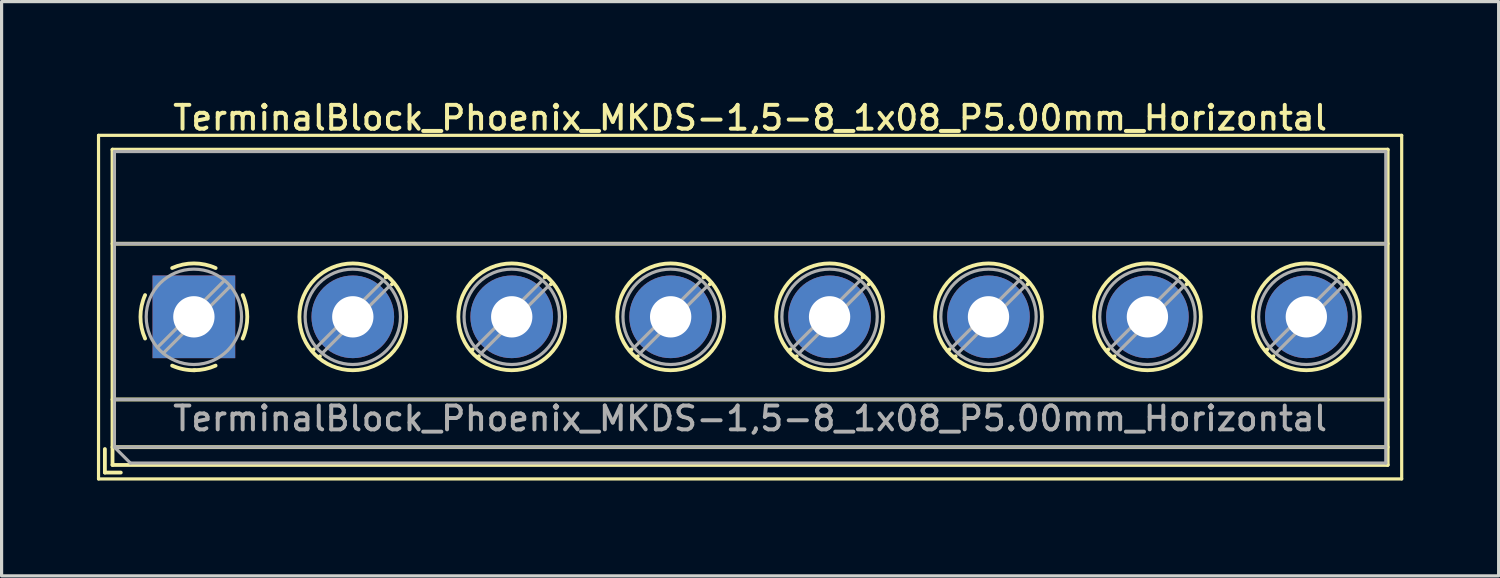
<source format=kicad_pcb>
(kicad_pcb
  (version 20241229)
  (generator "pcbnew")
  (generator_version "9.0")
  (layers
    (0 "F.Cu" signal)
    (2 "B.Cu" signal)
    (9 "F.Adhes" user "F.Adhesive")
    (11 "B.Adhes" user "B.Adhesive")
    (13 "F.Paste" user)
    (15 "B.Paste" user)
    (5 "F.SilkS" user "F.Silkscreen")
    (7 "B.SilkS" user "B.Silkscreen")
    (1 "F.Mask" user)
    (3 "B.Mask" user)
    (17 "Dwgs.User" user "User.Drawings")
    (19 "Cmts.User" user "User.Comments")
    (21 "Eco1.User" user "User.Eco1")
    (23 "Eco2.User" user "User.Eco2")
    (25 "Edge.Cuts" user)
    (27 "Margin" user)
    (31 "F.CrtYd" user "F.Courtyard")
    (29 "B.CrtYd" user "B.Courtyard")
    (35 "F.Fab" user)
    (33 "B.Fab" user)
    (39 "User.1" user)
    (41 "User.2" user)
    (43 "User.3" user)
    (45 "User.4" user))
  (footprint "TerminalBlock_Phoenix_MKDS-1,5-8_1x08_P5.00mm_Horizontal"
    (layer "F.Cu")
    (at 3.05 6.918)
    (property "Reference" "TerminalBlock_Phoenix_MKDS-1,5-8_1x08_P5.00mm_Horizontal" (at 17.5 -6.26 0) (layer "F.SilkS") (effects (font (size 0.75 0.75) (thickness 0.125))))
    (attr through_hole)
    (fp_line (start -3 -5.71) (end -3 5.1) (stroke (width 0.1) (type solid)) (layer "F.SilkS"))
    (fp_line (start -3 5.1) (end 38 5.1) (stroke (width 0.1) (type solid)) (layer "F.SilkS"))
    (fp_line (start -2.8 4.16) (end -2.8 4.9) (stroke (width 0.12) (type solid)) (layer "F.SilkS"))
    (fp_line (start -2.8 4.9) (end -2.3 4.9) (stroke (width 0.12) (type solid)) (layer "F.SilkS"))
    (fp_line (start -2.56 -5.261) (end -2.56 4.66) (stroke (width 0.12) (type solid)) (layer "F.SilkS"))
    (fp_line (start -2.56 -5.261) (end 37.56 -5.261) (stroke (width 0.12) (type solid)) (layer "F.SilkS"))
    (fp_line (start -2.56 -2.301) (end 37.56 -2.301) (stroke (width 0.12) (type solid)) (layer "F.SilkS"))
    (fp_line (start -2.56 2.6) (end 37.56 2.6) (stroke (width 0.12) (type solid)) (layer "F.SilkS"))
    (fp_line (start -2.56 4.1) (end 37.56 4.1) (stroke (width 0.12) (type solid)) (layer "F.SilkS"))
    (fp_line (start -2.56 4.66) (end 37.56 4.66) (stroke (width 0.12) (type solid)) (layer "F.SilkS"))
    (fp_line (start 3.773 1.023) (end 3.726 1.069) (stroke (width 0.12) (type solid)) (layer "F.SilkS"))
    (fp_line (start 3.966 1.239) (end 3.931 1.274) (stroke (width 0.12) (type solid)) (layer "F.SilkS"))
    (fp_line (start 6.07 -1.275) (end 6.035 -1.239) (stroke (width 0.12) (type solid)) (layer "F.SilkS"))
    (fp_line (start 6.275 -1.069) (end 6.228 -1.023) (stroke (width 0.12) (type solid)) (layer "F.SilkS"))
    (fp_line (start 8.773 1.023) (end 8.726 1.069) (stroke (width 0.12) (type solid)) (layer "F.SilkS"))
    (fp_line (start 8.966 1.239) (end 8.931 1.274) (stroke (width 0.12) (type solid)) (layer "F.SilkS"))
    (fp_line (start 11.07 -1.275) (end 11.035 -1.239) (stroke (width 0.12) (type solid)) (layer "F.SilkS"))
    (fp_line (start 11.275 -1.069) (end 11.228 -1.023) (stroke (width 0.12) (type solid)) (layer "F.SilkS"))
    (fp_line (start 13.773 1.023) (end 13.726 1.069) (stroke (width 0.12) (type solid)) (layer "F.SilkS"))
    (fp_line (start 13.966 1.239) (end 13.931 1.274) (stroke (width 0.12) (type solid)) (layer "F.SilkS"))
    (fp_line (start 16.07 -1.275) (end 16.035 -1.239) (stroke (width 0.12) (type solid)) (layer "F.SilkS"))
    (fp_line (start 16.275 -1.069) (end 16.228 -1.023) (stroke (width 0.12) (type solid)) (layer "F.SilkS"))
    (fp_line (start 18.773 1.023) (end 18.726 1.069) (stroke (width 0.12) (type solid)) (layer "F.SilkS"))
    (fp_line (start 18.966 1.239) (end 18.931 1.274) (stroke (width 0.12) (type solid)) (layer "F.SilkS"))
    (fp_line (start 21.07 -1.275) (end 21.035 -1.239) (stroke (width 0.12) (type solid)) (layer "F.SilkS"))
    (fp_line (start 21.275 -1.069) (end 21.228 -1.023) (stroke (width 0.12) (type solid)) (layer "F.SilkS"))
    (fp_line (start 23.773 1.023) (end 23.726 1.069) (stroke (width 0.12) (type solid)) (layer "F.SilkS"))
    (fp_line (start 23.966 1.239) (end 23.931 1.274) (stroke (width 0.12) (type solid)) (layer "F.SilkS"))
    (fp_line (start 26.07 -1.275) (end 26.035 -1.239) (stroke (width 0.12) (type solid)) (layer "F.SilkS"))
    (fp_line (start 26.275 -1.069) (end 26.228 -1.023) (stroke (width 0.12) (type solid)) (layer "F.SilkS"))
    (fp_line (start 28.773 1.023) (end 28.726 1.069) (stroke (width 0.12) (type solid)) (layer "F.SilkS"))
    (fp_line (start 28.966 1.239) (end 28.931 1.274) (stroke (width 0.12) (type solid)) (layer "F.SilkS"))
    (fp_line (start 31.07 -1.275) (end 31.035 -1.239) (stroke (width 0.12) (type solid)) (layer "F.SilkS"))
    (fp_line (start 31.275 -1.069) (end 31.228 -1.023) (stroke (width 0.12) (type solid)) (layer "F.SilkS"))
    (fp_line (start 33.773 1.023) (end 33.726 1.069) (stroke (width 0.12) (type solid)) (layer "F.SilkS"))
    (fp_line (start 33.966 1.239) (end 33.931 1.274) (stroke (width 0.12) (type solid)) (layer "F.SilkS"))
    (fp_line (start 36.07 -1.275) (end 36.035 -1.239) (stroke (width 0.12) (type solid)) (layer "F.SilkS"))
    (fp_line (start 36.275 -1.069) (end 36.228 -1.023) (stroke (width 0.12) (type solid)) (layer "F.SilkS"))
    (fp_line (start 37.56 -5.261) (end 37.56 4.66) (stroke (width 0.12) (type solid)) (layer "F.SilkS"))
    (fp_line (start 38 -5.71) (end -3 -5.71) (stroke (width 0.1) (type solid)) (layer "F.SilkS"))
    (fp_line (start 38 5.1) (end 38 -5.71) (stroke (width 0.1) (type solid)) (layer "F.SilkS"))
    (fp_arc (start -1.535427 0.683042) (mid -1.680501 -0.000524) (end -1.535 -0.684) (stroke (width 0.12) (type solid)) (layer "F.SilkS"))
    (fp_arc (start -0.683042 -1.535427) (mid 0.000524 -1.680501) (end 0.684 -1.535) (stroke (width 0.12) (type solid)) (layer "F.SilkS"))
    (fp_arc (start 0.028805 1.680253) (mid -0.335551 1.646659) (end -0.684 1.535) (stroke (width 0.12) (type solid)) (layer "F.SilkS"))
    (fp_arc (start 0.683318 1.534756) (mid 0.349292 1.643288) (end 0 1.68) (stroke (width 0.12) (type solid)) (layer "F.SilkS"))
    (fp_arc (start 1.535427 -0.683042) (mid 1.680501 0.000524) (end 1.535 0.684) (stroke (width 0.12) (type solid)) (layer "F.SilkS"))
    (fp_circle (center 5 0) (end 6.68 0) (stroke (width 0.12) (type solid)) (fill no) (layer "F.SilkS"))
    (fp_circle (center 10 0) (end 11.68 0) (stroke (width 0.12) (type solid)) (fill no) (layer "F.SilkS"))
    (fp_circle (center 15 0) (end 16.68 0) (stroke (width 0.12) (type solid)) (fill no) (layer "F.SilkS"))
    (fp_circle (center 20 0) (end 21.68 0) (stroke (width 0.12) (type solid)) (fill no) (layer "F.SilkS"))
    (fp_circle (center 25 0) (end 26.68 0) (stroke (width 0.12) (type solid)) (fill no) (layer "F.SilkS"))
    (fp_circle (center 30 0) (end 31.68 0) (stroke (width 0.12) (type solid)) (fill no) (layer "F.SilkS"))
    (fp_circle (center 35 0) (end 36.68 0) (stroke (width 0.12) (type solid)) (fill no) (layer "F.SilkS"))
    (fp_line (start -2.5 -5.2) (end 37.5 -5.2) (stroke (width 0.1) (type solid)) (layer "F.Fab"))
    (fp_line (start -2.5 -2.3) (end 37.5 -2.3) (stroke (width 0.1) (type solid)) (layer "F.Fab"))
    (fp_line (start -2.5 2.6) (end 37.5 2.6) (stroke (width 0.1) (type solid)) (layer "F.Fab"))
    (fp_line (start -2.5 4.1) (end -2.5 -5.2) (stroke (width 0.1) (type solid)) (layer "F.Fab"))
    (fp_line (start -2.5 4.1) (end 37.5 4.1) (stroke (width 0.1) (type solid)) (layer "F.Fab"))
    (fp_line (start -2 4.6) (end -2.5 4.1) (stroke (width 0.1) (type solid)) (layer "F.Fab"))
    (fp_line (start 0.955 -1.138) (end -1.138 0.955) (stroke (width 0.1) (type solid)) (layer "F.Fab"))
    (fp_line (start 1.138 -0.955) (end -0.955 1.138) (stroke (width 0.1) (type solid)) (layer "F.Fab"))
    (fp_line (start 5.955 -1.138) (end 3.863 0.955) (stroke (width 0.1) (type solid)) (layer "F.Fab"))
    (fp_line (start 6.138 -0.955) (end 4.046 1.138) (stroke (width 0.1) (type solid)) (layer "F.Fab"))
    (fp_line (start 10.955 -1.138) (end 8.863 0.955) (stroke (width 0.1) (type solid)) (layer "F.Fab"))
    (fp_line (start 11.138 -0.955) (end 9.046 1.138) (stroke (width 0.1) (type solid)) (layer "F.Fab"))
    (fp_line (start 15.955 -1.138) (end 13.863 0.955) (stroke (width 0.1) (type solid)) (layer "F.Fab"))
    (fp_line (start 16.138 -0.955) (end 14.046 1.138) (stroke (width 0.1) (type solid)) (layer "F.Fab"))
    (fp_line (start 20.955 -1.138) (end 18.863 0.955) (stroke (width 0.1) (type solid)) (layer "F.Fab"))
    (fp_line (start 21.138 -0.955) (end 19.046 1.138) (stroke (width 0.1) (type solid)) (layer "F.Fab"))
    (fp_line (start 25.955 -1.138) (end 23.863 0.955) (stroke (width 0.1) (type solid)) (layer "F.Fab"))
    (fp_line (start 26.138 -0.955) (end 24.046 1.138) (stroke (width 0.1) (type solid)) (layer "F.Fab"))
    (fp_line (start 30.955 -1.138) (end 28.863 0.955) (stroke (width 0.1) (type solid)) (layer "F.Fab"))
    (fp_line (start 31.138 -0.955) (end 29.046 1.138) (stroke (width 0.1) (type solid)) (layer "F.Fab"))
    (fp_line (start 35.955 -1.138) (end 33.863 0.955) (stroke (width 0.1) (type solid)) (layer "F.Fab"))
    (fp_line (start 36.138 -0.955) (end 34.046 1.138) (stroke (width 0.1) (type solid)) (layer "F.Fab"))
    (fp_line (start 37.5 -5.2) (end 37.5 4.6) (stroke (width 0.1) (type solid)) (layer "F.Fab"))
    (fp_line (start 37.5 4.6) (end -2 4.6) (stroke (width 0.1) (type solid)) (layer "F.Fab"))
    (fp_circle (center 0 0) (end 1.5 0) (stroke (width 0.1) (type solid)) (fill no) (layer "F.Fab"))
    (fp_circle (center 5 0) (end 6.5 0) (stroke (width 0.1) (type solid)) (fill no) (layer "F.Fab"))
    (fp_circle (center 10 0) (end 11.5 0) (stroke (width 0.1) (type solid)) (fill no) (layer "F.Fab"))
    (fp_circle (center 15 0) (end 16.5 0) (stroke (width 0.1) (type solid)) (fill no) (layer "F.Fab"))
    (fp_circle (center 20 0) (end 21.5 0) (stroke (width 0.1) (type solid)) (fill no) (layer "F.Fab"))
    (fp_circle (center 25 0) (end 26.5 0) (stroke (width 0.1) (type solid)) (fill no) (layer "F.Fab"))
    (fp_circle (center 30 0) (end 31.5 0) (stroke (width 0.1) (type solid)) (fill no) (layer "F.Fab"))
    (fp_circle (center 35 0) (end 36.5 0) (stroke (width 0.1) (type solid)) (fill no) (layer "F.Fab"))
    (fp_text user "${REFERENCE}" (at 17.5 3.2 0) (layer "F.Fab") (effects (font (size 0.75 0.75) (thickness 0.125))))
    (pad "1" thru_hole rect (at 0 0) (size 2.6 2.6) (drill 1.3) (layers "*.Cu" "*.Mask"))
    (pad "2" thru_hole circle (at 5 0) (size 2.6 2.6) (drill 1.3) (layers "*.Cu" "*.Mask"))
    (pad "3" thru_hole circle (at 10 0) (size 2.6 2.6) (drill 1.3) (layers "*.Cu" "*.Mask"))
    (pad "4" thru_hole circle (at 15 0) (size 2.6 2.6) (drill 1.3) (layers "*.Cu" "*.Mask"))
    (pad "5" thru_hole circle (at 20 0) (size 2.6 2.6) (drill 1.3) (layers "*.Cu" "*.Mask"))
    (pad "6" thru_hole circle (at 25 0) (size 2.6 2.6) (drill 1.3) (layers "*.Cu" "*.Mask"))
    (pad "7" thru_hole circle (at 30 0) (size 2.6 2.6) (drill 1.3) (layers "*.Cu" "*.Mask"))
    (pad "8" thru_hole circle (at 35 0) (size 2.6 2.6) (drill 1.3) (layers "*.Cu" "*.Mask")))
  (gr_rect
    (start -3 -3)
    (end 44.1 15.068)
    (stroke (width 0.1) (type default))
    (fill no)
    (layer "Edge.Cuts")))
</source>
